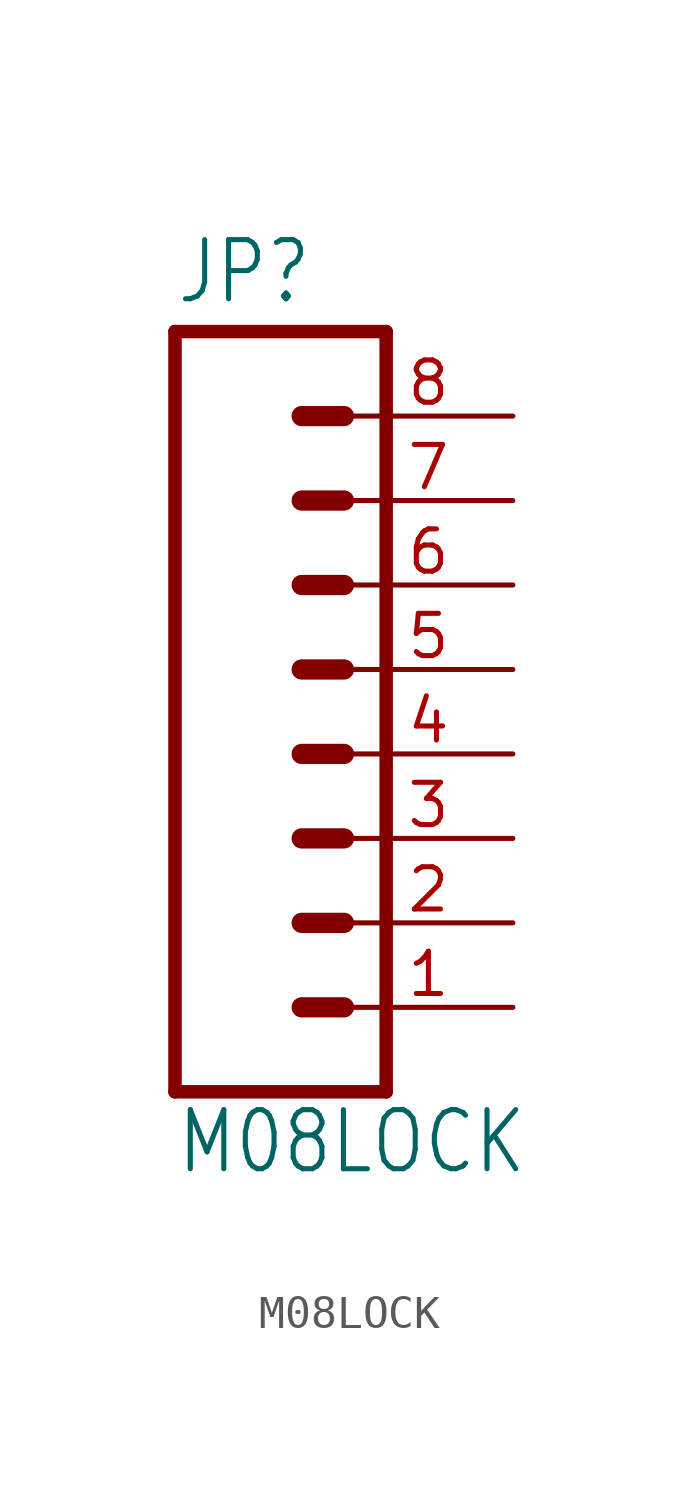
<source format=kicad_sym>
(kicad_symbol_lib
  (version 20201005)
  (generator kicad_symbol_editor)
  (symbol "M08LOCK"
    (property "Reference" "JP"
      (at -5.08 13.462 0)
      (effects (font (size 1.778 1.511)) (justify left bottom)))
    (property "Value" "M08LOCK"
      (at -5.08 -12.7 0)
      (effects (font (size 1.778 1.511)) (justify left bottom)))
    (property "ki_locked" ""
      (at 0 0 0)
      (effects (font (size 1.27 1.27))))
    (symbol "M08LOCK_1_0"
      (polyline (pts (xy 1.27 -10.16) (xy -5.08 -10.16)) (stroke (width 0.406)) (fill (type none)))
      (polyline (pts (xy -1.27 -2.54) (xy 0 -2.54)) (stroke (width 0.61)) (fill (type none)))
      (polyline (pts (xy -1.27 -5.08) (xy 0 -5.08)) (stroke (width 0.61)) (fill (type none)))
      (polyline (pts (xy -1.27 -7.62) (xy 0 -7.62)) (stroke (width 0.61)) (fill (type none)))
      (polyline (pts (xy -5.08 12.7) (xy -5.08 -10.16)) (stroke (width 0.406)) (fill (type none)))
      (polyline (pts (xy 1.27 -10.16) (xy 1.27 12.7)) (stroke (width 0.406)) (fill (type none)))
      (polyline (pts (xy -5.08 12.7) (xy 1.27 12.7)) (stroke (width 0.406)) (fill (type none)))
      (polyline (pts (xy -1.27 2.54) (xy 0 2.54)) (stroke (width 0.61)) (fill (type none)))
      (polyline (pts (xy -1.27 0) (xy 0 0)) (stroke (width 0.61)) (fill (type none)))
      (polyline (pts (xy -1.27 5.08) (xy 0 5.08)) (stroke (width 0.61)) (fill (type none)))
      (polyline (pts (xy -1.27 7.62) (xy 0 7.62)) (stroke (width 0.61)) (fill (type none)))
      (polyline (pts (xy -1.27 10.16) (xy 0 10.16)) (stroke (width 0.61)) (fill (type none)))
      (pin passive line (at 5.08 -7.62 180) (length 5.08) (name "1" (effects (font (size 0 0)))) (number "1" (effects (font (size 1.27 1.27)))))
      (pin passive line (at 5.08 -5.08 180) (length 5.08) (name "2" (effects (font (size 0 0)))) (number "2" (effects (font (size 1.27 1.27)))))
      (pin passive line (at 5.08 -2.54 180) (length 5.08) (name "3" (effects (font (size 0 0)))) (number "3" (effects (font (size 1.27 1.27)))))
      (pin passive line (at 5.08 0 180) (length 5.08) (name "4" (effects (font (size 0 0)))) (number "4" (effects (font (size 1.27 1.27)))))
      (pin passive line (at 5.08 2.54 180) (length 5.08) (name "5" (effects (font (size 0 0)))) (number "5" (effects (font (size 1.27 1.27)))))
      (pin passive line (at 5.08 5.08 180) (length 5.08) (name "6" (effects (font (size 0 0)))) (number "6" (effects (font (size 1.27 1.27)))))
      (pin passive line (at 5.08 7.62 180) (length 5.08) (name "7" (effects (font (size 0 0)))) (number "7" (effects (font (size 1.27 1.27)))))
      (pin passive line (at 5.08 10.16 180) (length 5.08) (name "8" (effects (font (size 0 0)))) (number "8" (effects (font (size 1.27 1.27))))))))
</source>
